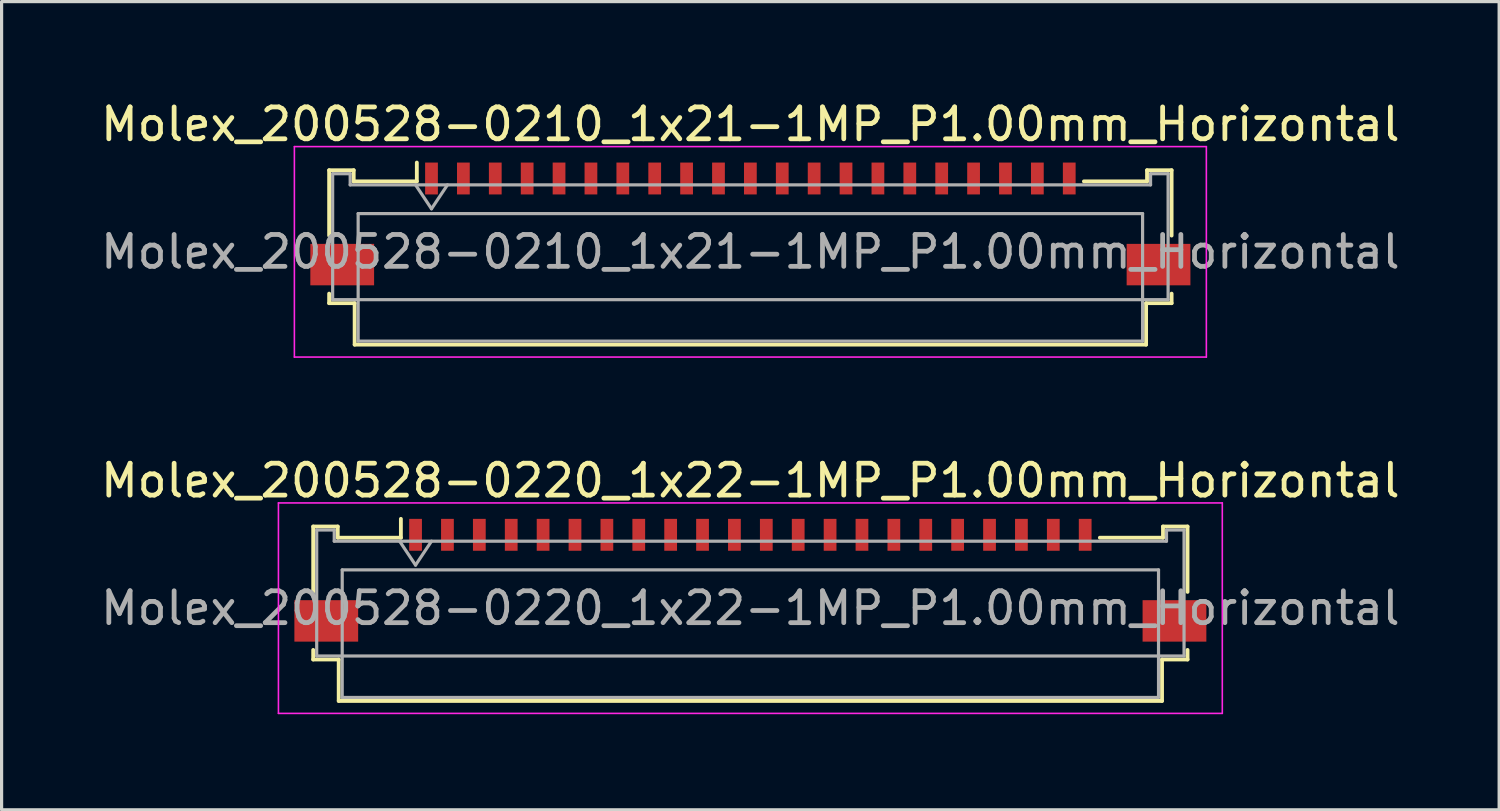
<source format=kicad_pcb>
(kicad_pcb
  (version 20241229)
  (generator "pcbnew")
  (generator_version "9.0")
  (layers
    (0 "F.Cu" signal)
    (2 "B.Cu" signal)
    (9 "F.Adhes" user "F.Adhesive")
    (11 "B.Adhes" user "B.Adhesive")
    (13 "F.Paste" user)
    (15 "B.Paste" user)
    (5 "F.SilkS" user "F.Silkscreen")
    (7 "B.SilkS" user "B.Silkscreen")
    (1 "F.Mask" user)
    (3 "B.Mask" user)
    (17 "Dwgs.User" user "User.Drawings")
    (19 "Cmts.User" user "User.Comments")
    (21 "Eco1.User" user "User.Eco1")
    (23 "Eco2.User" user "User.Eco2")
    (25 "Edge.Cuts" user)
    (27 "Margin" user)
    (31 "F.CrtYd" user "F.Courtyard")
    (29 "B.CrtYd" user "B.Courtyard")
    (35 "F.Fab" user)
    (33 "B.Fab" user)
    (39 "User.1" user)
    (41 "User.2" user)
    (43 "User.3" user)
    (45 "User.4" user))
  (footprint "Molex_200528-0210_1x21-1MP_P1.00mm_Horizontal"
    (layer "F.Cu")
    (at 20.482 3.458)
    (property "Reference" "Molex_200528-0210_1x21-1MP_P1.00mm_Horizontal" (at 0 -2.61 0) (layer "F.SilkS") (effects (font (size 1 1) (thickness 0.15))))
    (attr smd)
    (fp_line (start -13.21 -1.17) (end -13.21 0.88) (stroke (width 0.12) (type solid)) (layer "F.SilkS"))
    (fp_line (start -13.21 2.7) (end -13.21 3) (stroke (width 0.12) (type solid)) (layer "F.SilkS"))
    (fp_line (start -13.21 3) (end -12.41 3) (stroke (width 0.12) (type solid)) (layer "F.SilkS"))
    (fp_line (start -12.44 -1.17) (end -13.21 -1.17) (stroke (width 0.12) (type solid)) (layer "F.SilkS"))
    (fp_line (start -12.44 -0.82) (end -12.44 -1.17) (stroke (width 0.12) (type solid)) (layer "F.SilkS"))
    (fp_line (start -12.41 3) (end -12.41 4.3) (stroke (width 0.12) (type solid)) (layer "F.SilkS"))
    (fp_line (start -12.41 4.3) (end 12.41 4.3) (stroke (width 0.12) (type solid)) (layer "F.SilkS"))
    (fp_line (start -10.46 -1.41) (end -10.46 -0.82) (stroke (width 0.12) (type solid)) (layer "F.SilkS"))
    (fp_line (start -10.46 -0.82) (end -12.44 -0.82) (stroke (width 0.12) (type solid)) (layer "F.SilkS"))
    (fp_line (start 12.41 3) (end 13.21 3) (stroke (width 0.12) (type solid)) (layer "F.SilkS"))
    (fp_line (start 12.41 4.3) (end 12.41 3) (stroke (width 0.12) (type solid)) (layer "F.SilkS"))
    (fp_line (start 12.44 -1.17) (end 12.44 -0.82) (stroke (width 0.12) (type solid)) (layer "F.SilkS"))
    (fp_line (start 12.44 -0.82) (end 10.46 -0.82) (stroke (width 0.12) (type solid)) (layer "F.SilkS"))
    (fp_line (start 13.21 -1.17) (end 12.44 -1.17) (stroke (width 0.12) (type solid)) (layer "F.SilkS"))
    (fp_line (start 13.21 0.88) (end 13.21 -1.17) (stroke (width 0.12) (type solid)) (layer "F.SilkS"))
    (fp_line (start 13.21 3) (end 13.21 2.7) (stroke (width 0.12) (type solid)) (layer "F.SilkS"))
    (fp_line (start -14.3 -1.91) (end -14.3 4.69) (stroke (width 0.05) (type solid)) (layer "F.CrtYd"))
    (fp_line (start -14.3 4.69) (end 14.3 4.69) (stroke (width 0.05) (type solid)) (layer "F.CrtYd"))
    (fp_line (start 14.3 -1.91) (end -14.3 -1.91) (stroke (width 0.05) (type solid)) (layer "F.CrtYd"))
    (fp_line (start 14.3 4.69) (end 14.3 -1.91) (stroke (width 0.05) (type solid)) (layer "F.CrtYd"))
    (fp_line (start -13.1 -1.06) (end -13.1 2.89) (stroke (width 0.1) (type solid)) (layer "F.Fab"))
    (fp_line (start -13.1 2.89) (end 13.1 2.89) (stroke (width 0.1) (type solid)) (layer "F.Fab"))
    (fp_line (start -12.55 -1.06) (end -13.1 -1.06) (stroke (width 0.1) (type solid)) (layer "F.Fab"))
    (fp_line (start -12.55 -0.71) (end -12.55 -1.06) (stroke (width 0.1) (type solid)) (layer "F.Fab"))
    (fp_line (start -12.3 0.19) (end -12.3 4.19) (stroke (width 0.1) (type solid)) (layer "F.Fab"))
    (fp_line (start -12.3 4.19) (end 12.3 4.19) (stroke (width 0.1) (type solid)) (layer "F.Fab"))
    (fp_line (start -10.5 -0.71) (end -10 0.04) (stroke (width 0.1) (type solid)) (layer "F.Fab"))
    (fp_line (start -10 0.04) (end -9.5 -0.71) (stroke (width 0.1) (type solid)) (layer "F.Fab"))
    (fp_line (start 12.3 0.19) (end -12.3 0.19) (stroke (width 0.1) (type solid)) (layer "F.Fab"))
    (fp_line (start 12.3 4.19) (end 12.3 0.19) (stroke (width 0.1) (type solid)) (layer "F.Fab"))
    (fp_line (start 12.55 -1.06) (end 12.55 -0.71) (stroke (width 0.1) (type solid)) (layer "F.Fab"))
    (fp_line (start 12.55 -0.71) (end -12.55 -0.71) (stroke (width 0.1) (type solid)) (layer "F.Fab"))
    (fp_line (start 13.1 -1.06) (end 12.55 -1.06) (stroke (width 0.1) (type solid)) (layer "F.Fab"))
    (fp_line (start 13.1 2.89) (end 13.1 -1.06) (stroke (width 0.1) (type solid)) (layer "F.Fab"))
    (fp_text user "${REFERENCE}" (at 0 1.39 0) (layer "F.Fab") (effects (font (size 1 1) (thickness 0.15))))
    (pad "1" smd rect (at -10 -0.91) (size 0.4 1) (layers "F.Cu" "F.Mask" "F.Paste"))
    (pad "2" smd rect (at -9 -0.91) (size 0.4 1) (layers "F.Cu" "F.Mask" "F.Paste"))
    (pad "3" smd rect (at -8 -0.91) (size 0.4 1) (layers "F.Cu" "F.Mask" "F.Paste"))
    (pad "4" smd rect (at -7 -0.91) (size 0.4 1) (layers "F.Cu" "F.Mask" "F.Paste"))
    (pad "5" smd rect (at -6 -0.91) (size 0.4 1) (layers "F.Cu" "F.Mask" "F.Paste"))
    (pad "6" smd rect (at -5 -0.91) (size 0.4 1) (layers "F.Cu" "F.Mask" "F.Paste"))
    (pad "7" smd rect (at -4 -0.91) (size 0.4 1) (layers "F.Cu" "F.Mask" "F.Paste"))
    (pad "8" smd rect (at -3 -0.91) (size 0.4 1) (layers "F.Cu" "F.Mask" "F.Paste"))
    (pad "9" smd rect (at -2 -0.91) (size 0.4 1) (layers "F.Cu" "F.Mask" "F.Paste"))
    (pad "10" smd rect (at -1 -0.91) (size 0.4 1) (layers "F.Cu" "F.Mask" "F.Paste"))
    (pad "11" smd rect (at 0 -0.91) (size 0.4 1) (layers "F.Cu" "F.Mask" "F.Paste"))
    (pad "12" smd rect (at 1 -0.91) (size 0.4 1) (layers "F.Cu" "F.Mask" "F.Paste"))
    (pad "13" smd rect (at 2 -0.91) (size 0.4 1) (layers "F.Cu" "F.Mask" "F.Paste"))
    (pad "14" smd rect (at 3 -0.91) (size 0.4 1) (layers "F.Cu" "F.Mask" "F.Paste"))
    (pad "15" smd rect (at 4 -0.91) (size 0.4 1) (layers "F.Cu" "F.Mask" "F.Paste"))
    (pad "16" smd rect (at 5 -0.91) (size 0.4 1) (layers "F.Cu" "F.Mask" "F.Paste"))
    (pad "17" smd rect (at 6 -0.91) (size 0.4 1) (layers "F.Cu" "F.Mask" "F.Paste"))
    (pad "18" smd rect (at 7 -0.91) (size 0.4 1) (layers "F.Cu" "F.Mask" "F.Paste"))
    (pad "19" smd rect (at 8 -0.91) (size 0.4 1) (layers "F.Cu" "F.Mask" "F.Paste"))
    (pad "20" smd rect (at 9 -0.91) (size 0.4 1) (layers "F.Cu" "F.Mask" "F.Paste"))
    (pad "21" smd rect (at 10 -0.91) (size 0.4 1) (layers "F.Cu" "F.Mask" "F.Paste"))
    (pad "MP" smd rect (at -12.8 1.79) (size 2 1.3) (layers "F.Cu" "F.Mask" "F.Paste"))
    (pad "MP" smd rect (at 12.8 1.79) (size 2 1.3) (layers "F.Cu" "F.Mask" "F.Paste")))
  (footprint "Molex_200528-0220_1x22-1MP_P1.00mm_Horizontal"
    (layer "F.Cu")
    (at 20.482 14.632)
    (property "Reference" "Molex_200528-0220_1x22-1MP_P1.00mm_Horizontal" (at 0 -2.61 0) (layer "F.SilkS") (effects (font (size 1 1) (thickness 0.15))))
    (attr smd)
    (fp_line (start -13.71 -1.17) (end -13.71 0.88) (stroke (width 0.12) (type solid)) (layer "F.SilkS"))
    (fp_line (start -13.71 2.7) (end -13.71 3) (stroke (width 0.12) (type solid)) (layer "F.SilkS"))
    (fp_line (start -13.71 3) (end -12.91 3) (stroke (width 0.12) (type solid)) (layer "F.SilkS"))
    (fp_line (start -12.94 -1.17) (end -13.71 -1.17) (stroke (width 0.12) (type solid)) (layer "F.SilkS"))
    (fp_line (start -12.94 -0.82) (end -12.94 -1.17) (stroke (width 0.12) (type solid)) (layer "F.SilkS"))
    (fp_line (start -12.91 3) (end -12.91 4.3) (stroke (width 0.12) (type solid)) (layer "F.SilkS"))
    (fp_line (start -12.91 4.3) (end 12.91 4.3) (stroke (width 0.12) (type solid)) (layer "F.SilkS"))
    (fp_line (start -10.96 -1.41) (end -10.96 -0.82) (stroke (width 0.12) (type solid)) (layer "F.SilkS"))
    (fp_line (start -10.96 -0.82) (end -12.94 -0.82) (stroke (width 0.12) (type solid)) (layer "F.SilkS"))
    (fp_line (start 12.91 3) (end 13.71 3) (stroke (width 0.12) (type solid)) (layer "F.SilkS"))
    (fp_line (start 12.91 4.3) (end 12.91 3) (stroke (width 0.12) (type solid)) (layer "F.SilkS"))
    (fp_line (start 12.94 -1.17) (end 12.94 -0.82) (stroke (width 0.12) (type solid)) (layer "F.SilkS"))
    (fp_line (start 12.94 -0.82) (end 10.96 -0.82) (stroke (width 0.12) (type solid)) (layer "F.SilkS"))
    (fp_line (start 13.71 -1.17) (end 12.94 -1.17) (stroke (width 0.12) (type solid)) (layer "F.SilkS"))
    (fp_line (start 13.71 0.88) (end 13.71 -1.17) (stroke (width 0.12) (type solid)) (layer "F.SilkS"))
    (fp_line (start 13.71 3) (end 13.71 2.7) (stroke (width 0.12) (type solid)) (layer "F.SilkS"))
    (fp_line (start -14.8 -1.91) (end -14.8 4.69) (stroke (width 0.05) (type solid)) (layer "F.CrtYd"))
    (fp_line (start -14.8 4.69) (end 14.8 4.69) (stroke (width 0.05) (type solid)) (layer "F.CrtYd"))
    (fp_line (start 14.8 -1.91) (end -14.8 -1.91) (stroke (width 0.05) (type solid)) (layer "F.CrtYd"))
    (fp_line (start 14.8 4.69) (end 14.8 -1.91) (stroke (width 0.05) (type solid)) (layer "F.CrtYd"))
    (fp_line (start -13.6 -1.06) (end -13.6 2.89) (stroke (width 0.1) (type solid)) (layer "F.Fab"))
    (fp_line (start -13.6 2.89) (end 13.6 2.89) (stroke (width 0.1) (type solid)) (layer "F.Fab"))
    (fp_line (start -13.05 -1.06) (end -13.6 -1.06) (stroke (width 0.1) (type solid)) (layer "F.Fab"))
    (fp_line (start -13.05 -0.71) (end -13.05 -1.06) (stroke (width 0.1) (type solid)) (layer "F.Fab"))
    (fp_line (start -12.8 0.19) (end -12.8 4.19) (stroke (width 0.1) (type solid)) (layer "F.Fab"))
    (fp_line (start -12.8 4.19) (end 12.8 4.19) (stroke (width 0.1) (type solid)) (layer "F.Fab"))
    (fp_line (start -11 -0.71) (end -10.5 0.04) (stroke (width 0.1) (type solid)) (layer "F.Fab"))
    (fp_line (start -10.5 0.04) (end -10 -0.71) (stroke (width 0.1) (type solid)) (layer "F.Fab"))
    (fp_line (start 12.8 0.19) (end -12.8 0.19) (stroke (width 0.1) (type solid)) (layer "F.Fab"))
    (fp_line (start 12.8 4.19) (end 12.8 0.19) (stroke (width 0.1) (type solid)) (layer "F.Fab"))
    (fp_line (start 13.05 -1.06) (end 13.05 -0.71) (stroke (width 0.1) (type solid)) (layer "F.Fab"))
    (fp_line (start 13.05 -0.71) (end -13.05 -0.71) (stroke (width 0.1) (type solid)) (layer "F.Fab"))
    (fp_line (start 13.6 -1.06) (end 13.05 -1.06) (stroke (width 0.1) (type solid)) (layer "F.Fab"))
    (fp_line (start 13.6 2.89) (end 13.6 -1.06) (stroke (width 0.1) (type solid)) (layer "F.Fab"))
    (fp_text user "${REFERENCE}" (at 0 1.39 0) (layer "F.Fab") (effects (font (size 1 1) (thickness 0.15))))
    (pad "1" smd rect (at -10.5 -0.91) (size 0.4 1) (layers "F.Cu" "F.Mask" "F.Paste"))
    (pad "2" smd rect (at -9.5 -0.91) (size 0.4 1) (layers "F.Cu" "F.Mask" "F.Paste"))
    (pad "3" smd rect (at -8.5 -0.91) (size 0.4 1) (layers "F.Cu" "F.Mask" "F.Paste"))
    (pad "4" smd rect (at -7.5 -0.91) (size 0.4 1) (layers "F.Cu" "F.Mask" "F.Paste"))
    (pad "5" smd rect (at -6.5 -0.91) (size 0.4 1) (layers "F.Cu" "F.Mask" "F.Paste"))
    (pad "6" smd rect (at -5.5 -0.91) (size 0.4 1) (layers "F.Cu" "F.Mask" "F.Paste"))
    (pad "7" smd rect (at -4.5 -0.91) (size 0.4 1) (layers "F.Cu" "F.Mask" "F.Paste"))
    (pad "8" smd rect (at -3.5 -0.91) (size 0.4 1) (layers "F.Cu" "F.Mask" "F.Paste"))
    (pad "9" smd rect (at -2.5 -0.91) (size 0.4 1) (layers "F.Cu" "F.Mask" "F.Paste"))
    (pad "10" smd rect (at -1.5 -0.91) (size 0.4 1) (layers "F.Cu" "F.Mask" "F.Paste"))
    (pad "11" smd rect (at -0.5 -0.91) (size 0.4 1) (layers "F.Cu" "F.Mask" "F.Paste"))
    (pad "12" smd rect (at 0.5 -0.91) (size 0.4 1) (layers "F.Cu" "F.Mask" "F.Paste"))
    (pad "13" smd rect (at 1.5 -0.91) (size 0.4 1) (layers "F.Cu" "F.Mask" "F.Paste"))
    (pad "14" smd rect (at 2.5 -0.91) (size 0.4 1) (layers "F.Cu" "F.Mask" "F.Paste"))
    (pad "15" smd rect (at 3.5 -0.91) (size 0.4 1) (layers "F.Cu" "F.Mask" "F.Paste"))
    (pad "16" smd rect (at 4.5 -0.91) (size 0.4 1) (layers "F.Cu" "F.Mask" "F.Paste"))
    (pad "17" smd rect (at 5.5 -0.91) (size 0.4 1) (layers "F.Cu" "F.Mask" "F.Paste"))
    (pad "18" smd rect (at 6.5 -0.91) (size 0.4 1) (layers "F.Cu" "F.Mask" "F.Paste"))
    (pad "19" smd rect (at 7.5 -0.91) (size 0.4 1) (layers "F.Cu" "F.Mask" "F.Paste"))
    (pad "20" smd rect (at 8.5 -0.91) (size 0.4 1) (layers "F.Cu" "F.Mask" "F.Paste"))
    (pad "21" smd rect (at 9.5 -0.91) (size 0.4 1) (layers "F.Cu" "F.Mask" "F.Paste"))
    (pad "22" smd rect (at 10.5 -0.91) (size 0.4 1) (layers "F.Cu" "F.Mask" "F.Paste"))
    (pad "MP" smd rect (at -13.3 1.79) (size 2 1.3) (layers "F.Cu" "F.Mask" "F.Paste"))
    (pad "MP" smd rect (at 13.3 1.79) (size 2 1.3) (layers "F.Cu" "F.Mask" "F.Paste")))
  (gr_rect
    (start -3 -3)
    (end 43.964 22.346)
    (stroke (width 0.1) (type default))
    (fill no)
    (layer "Edge.Cuts")))
</source>
